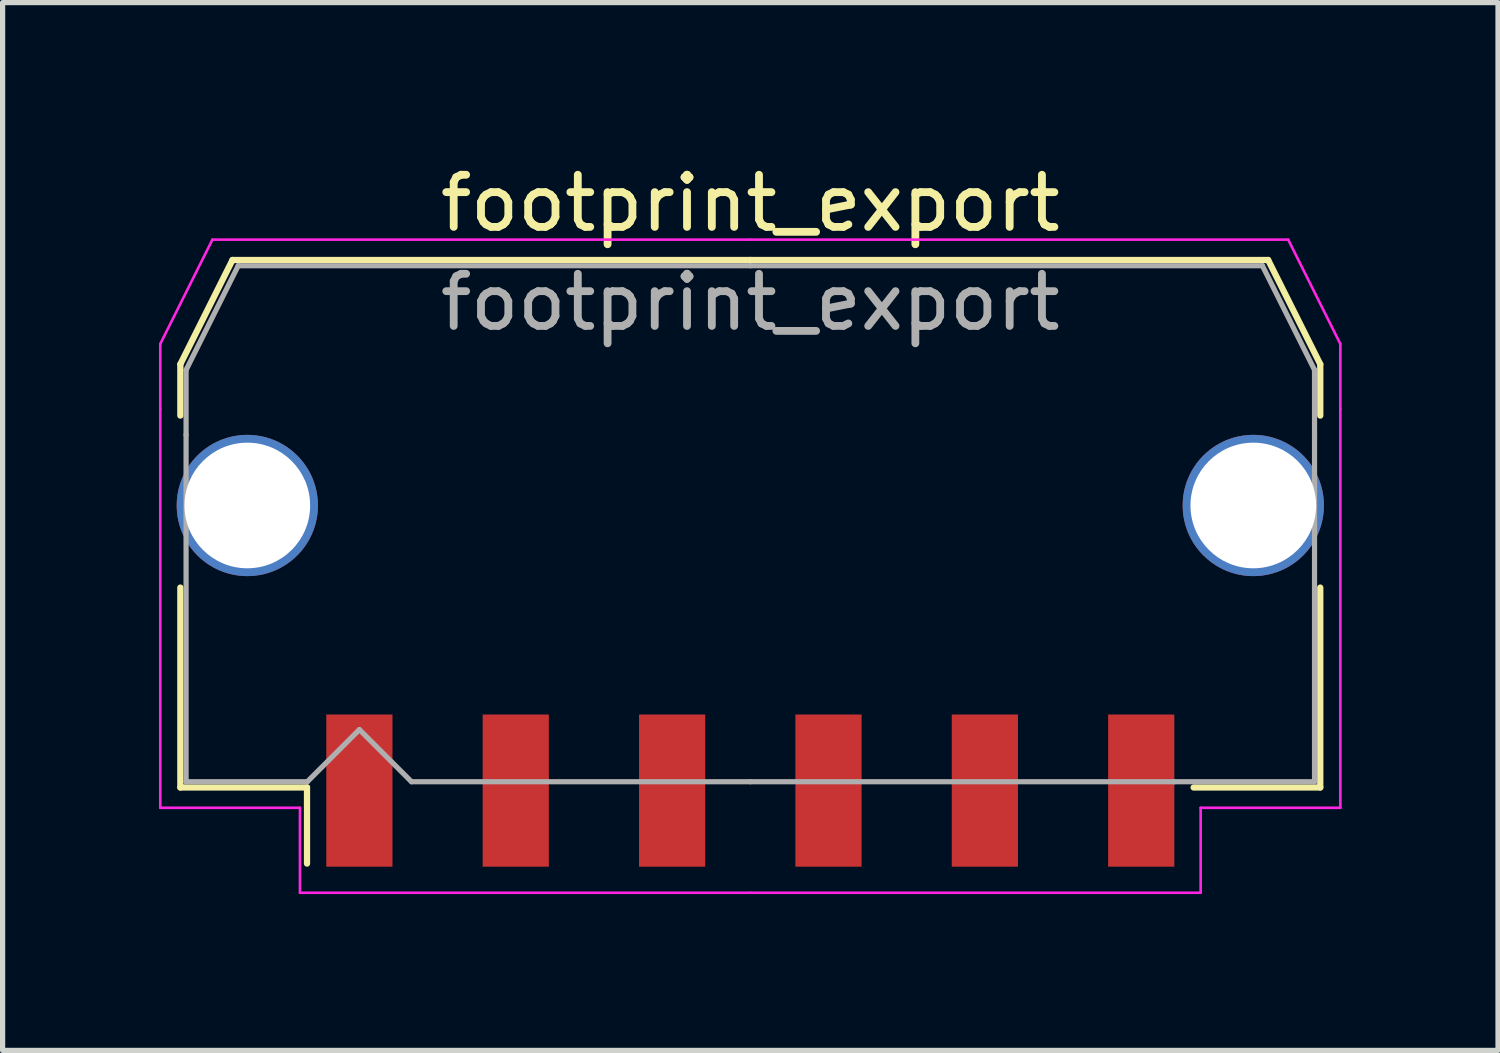
<source format=kicad_pcb>
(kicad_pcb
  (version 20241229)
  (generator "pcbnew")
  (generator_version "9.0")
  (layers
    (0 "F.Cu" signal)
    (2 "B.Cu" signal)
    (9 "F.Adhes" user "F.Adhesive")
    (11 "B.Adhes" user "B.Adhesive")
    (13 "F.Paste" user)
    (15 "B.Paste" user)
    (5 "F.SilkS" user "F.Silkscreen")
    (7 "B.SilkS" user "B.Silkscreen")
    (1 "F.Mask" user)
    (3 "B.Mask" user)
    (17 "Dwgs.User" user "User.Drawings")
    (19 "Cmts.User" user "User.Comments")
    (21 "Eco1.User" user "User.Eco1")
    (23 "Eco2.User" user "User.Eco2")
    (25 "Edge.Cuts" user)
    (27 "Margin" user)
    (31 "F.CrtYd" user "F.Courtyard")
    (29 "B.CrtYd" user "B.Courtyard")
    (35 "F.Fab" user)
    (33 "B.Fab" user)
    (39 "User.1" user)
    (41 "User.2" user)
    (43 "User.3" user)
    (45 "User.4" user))
  (footprint "footprint_export"
    (layer "F.Cu")
    (at 11.345 6.998)
    (property "Reference" "footprint_export" (at 0 -6.15 0) (layer "F.SilkS") (effects (font (size 1 1) (thickness 0.15))))
    (attr smd)
    (fp_line (start -10.935 -3.06) (end -10.935 -2.075) (stroke (width 0.12) (type solid)) (layer "F.SilkS"))
    (fp_line (start -10.935 1.225) (end -10.935 5.06) (stroke (width 0.12) (type solid)) (layer "F.SilkS"))
    (fp_line (start -10.935 5.06) (end -8.505 5.06) (stroke (width 0.12) (type solid)) (layer "F.SilkS"))
    (fp_line (start -9.935 -5.06) (end -10.935 -3.06) (stroke (width 0.12) (type solid)) (layer "F.SilkS"))
    (fp_line (start -8.505 5.06) (end -8.505 6.52) (stroke (width 0.12) (type solid)) (layer "F.SilkS"))
    (fp_line (start 0 -5.06) (end -9.935 -5.06) (stroke (width 0.12) (type solid)) (layer "F.SilkS"))
    (fp_line (start 0 -5.06) (end 9.935 -5.06) (stroke (width 0.12) (type solid)) (layer "F.SilkS"))
    (fp_line (start 9.935 -5.06) (end 10.935 -3.06) (stroke (width 0.12) (type solid)) (layer "F.SilkS"))
    (fp_line (start 10.935 -3.06) (end 10.935 -2.075) (stroke (width 0.12) (type solid)) (layer "F.SilkS"))
    (fp_line (start 10.935 1.225) (end 10.935 5.06) (stroke (width 0.12) (type solid)) (layer "F.SilkS"))
    (fp_line (start 10.935 5.06) (end 8.505 5.06) (stroke (width 0.12) (type solid)) (layer "F.SilkS"))
    (fp_line (start -11.32 -3.45) (end -11.32 -2.2) (stroke (width 0.05) (type solid)) (layer "F.CrtYd"))
    (fp_line (start -11.32 -2.2) (end -11.32 5.45) (stroke (width 0.05) (type solid)) (layer "F.CrtYd"))
    (fp_line (start -11.32 5.45) (end -8.64 5.45) (stroke (width 0.05) (type solid)) (layer "F.CrtYd"))
    (fp_line (start -10.32 -5.45) (end -11.32 -3.45) (stroke (width 0.05) (type solid)) (layer "F.CrtYd"))
    (fp_line (start -8.64 5.45) (end -8.64 7.08) (stroke (width 0.05) (type solid)) (layer "F.CrtYd"))
    (fp_line (start -8.64 7.08) (end 0 7.08) (stroke (width 0.05) (type solid)) (layer "F.CrtYd"))
    (fp_line (start 0 -5.45) (end -10.32 -5.45) (stroke (width 0.05) (type solid)) (layer "F.CrtYd"))
    (fp_line (start 0 -5.45) (end 10.32 -5.45) (stroke (width 0.05) (type solid)) (layer "F.CrtYd"))
    (fp_line (start 8.64 5.45) (end 8.64 7.08) (stroke (width 0.05) (type solid)) (layer "F.CrtYd"))
    (fp_line (start 8.64 7.08) (end 0 7.08) (stroke (width 0.05) (type solid)) (layer "F.CrtYd"))
    (fp_line (start 10.32 -5.45) (end 11.32 -3.45) (stroke (width 0.05) (type solid)) (layer "F.CrtYd"))
    (fp_line (start 11.32 -3.45) (end 11.32 -2.2) (stroke (width 0.05) (type solid)) (layer "F.CrtYd"))
    (fp_line (start 11.32 -2.2) (end 11.32 5.45) (stroke (width 0.05) (type solid)) (layer "F.CrtYd"))
    (fp_line (start 11.32 5.45) (end 8.64 5.45) (stroke (width 0.05) (type solid)) (layer "F.CrtYd"))
    (fp_line (start -10.825 -2.95) (end -10.825 -1.705) (stroke (width 0.1) (type solid)) (layer "F.Fab"))
    (fp_line (start -10.825 -1.705) (end -10.825 4.95) (stroke (width 0.1) (type solid)) (layer "F.Fab"))
    (fp_line (start -10.825 4.95) (end -8.5 4.95) (stroke (width 0.1) (type solid)) (layer "F.Fab"))
    (fp_line (start -9.825 -4.95) (end -10.825 -2.95) (stroke (width 0.1) (type solid)) (layer "F.Fab"))
    (fp_line (start -8.5 4.95) (end -7.5 3.95) (stroke (width 0.1) (type solid)) (layer "F.Fab"))
    (fp_line (start -7.5 3.95) (end -6.5 4.95) (stroke (width 0.1) (type solid)) (layer "F.Fab"))
    (fp_line (start -6.5 4.95) (end 0 4.95) (stroke (width 0.1) (type solid)) (layer "F.Fab"))
    (fp_line (start 0 -4.95) (end -9.825 -4.95) (stroke (width 0.1) (type solid)) (layer "F.Fab"))
    (fp_line (start 0 -4.95) (end 9.825 -4.95) (stroke (width 0.1) (type solid)) (layer "F.Fab"))
    (fp_line (start 8.135 4.95) (end 0 4.95) (stroke (width 0.1) (type solid)) (layer "F.Fab"))
    (fp_line (start 9.825 -4.95) (end 10.825 -2.95) (stroke (width 0.1) (type solid)) (layer "F.Fab"))
    (fp_line (start 10.825 -2.95) (end 10.825 -1.705) (stroke (width 0.1) (type solid)) (layer "F.Fab"))
    (fp_line (start 10.825 -1.705) (end 10.825 4.95) (stroke (width 0.1) (type solid)) (layer "F.Fab"))
    (fp_line (start 10.825 4.95) (end 8.135 4.95) (stroke (width 0.1) (type solid)) (layer "F.Fab"))
    (fp_text user "${REFERENCE}" (at 0 -4.25 0) (layer "F.Fab") (effects (font (size 1 1) (thickness 0.15))))
    (pad "1" smd rect (at -7.5 5.12) (size 1.27 2.92) (layers "F.Cu" "F.Mask" "F.Paste"))
    (pad "2" smd rect (at -4.5 5.12) (size 1.27 2.92) (layers "F.Cu" "F.Mask" "F.Paste"))
    (pad "3" smd rect (at -1.5 5.12) (size 1.27 2.92) (layers "F.Cu" "F.Mask" "F.Paste"))
    (pad "4" smd rect (at 1.5 5.12) (size 1.27 2.92) (layers "F.Cu" "F.Mask" "F.Paste"))
    (pad "5" smd rect (at 4.5 5.12) (size 1.27 2.92) (layers "F.Cu" "F.Mask" "F.Paste"))
    (pad "6" smd rect (at 7.5 5.12) (size 1.27 2.92) (layers "F.Cu" "F.Mask" "F.Paste"))
    (pad "MP" thru_hole circle (at -9.65 -0.35) (size 2.71 2.71) (drill 2.41) (layers "*.Cu" "*.Mask"))
    (pad "MP" thru_hole circle (at 9.65 -0.35) (size 2.71 2.71) (drill 2.41) (layers "*.Cu" "*.Mask")))
  (gr_rect
    (start -3 -3)
    (end 25.69 17.103)
    (stroke (width 0.1) (type default))
    (fill no)
    (layer "Edge.Cuts")))
</source>
